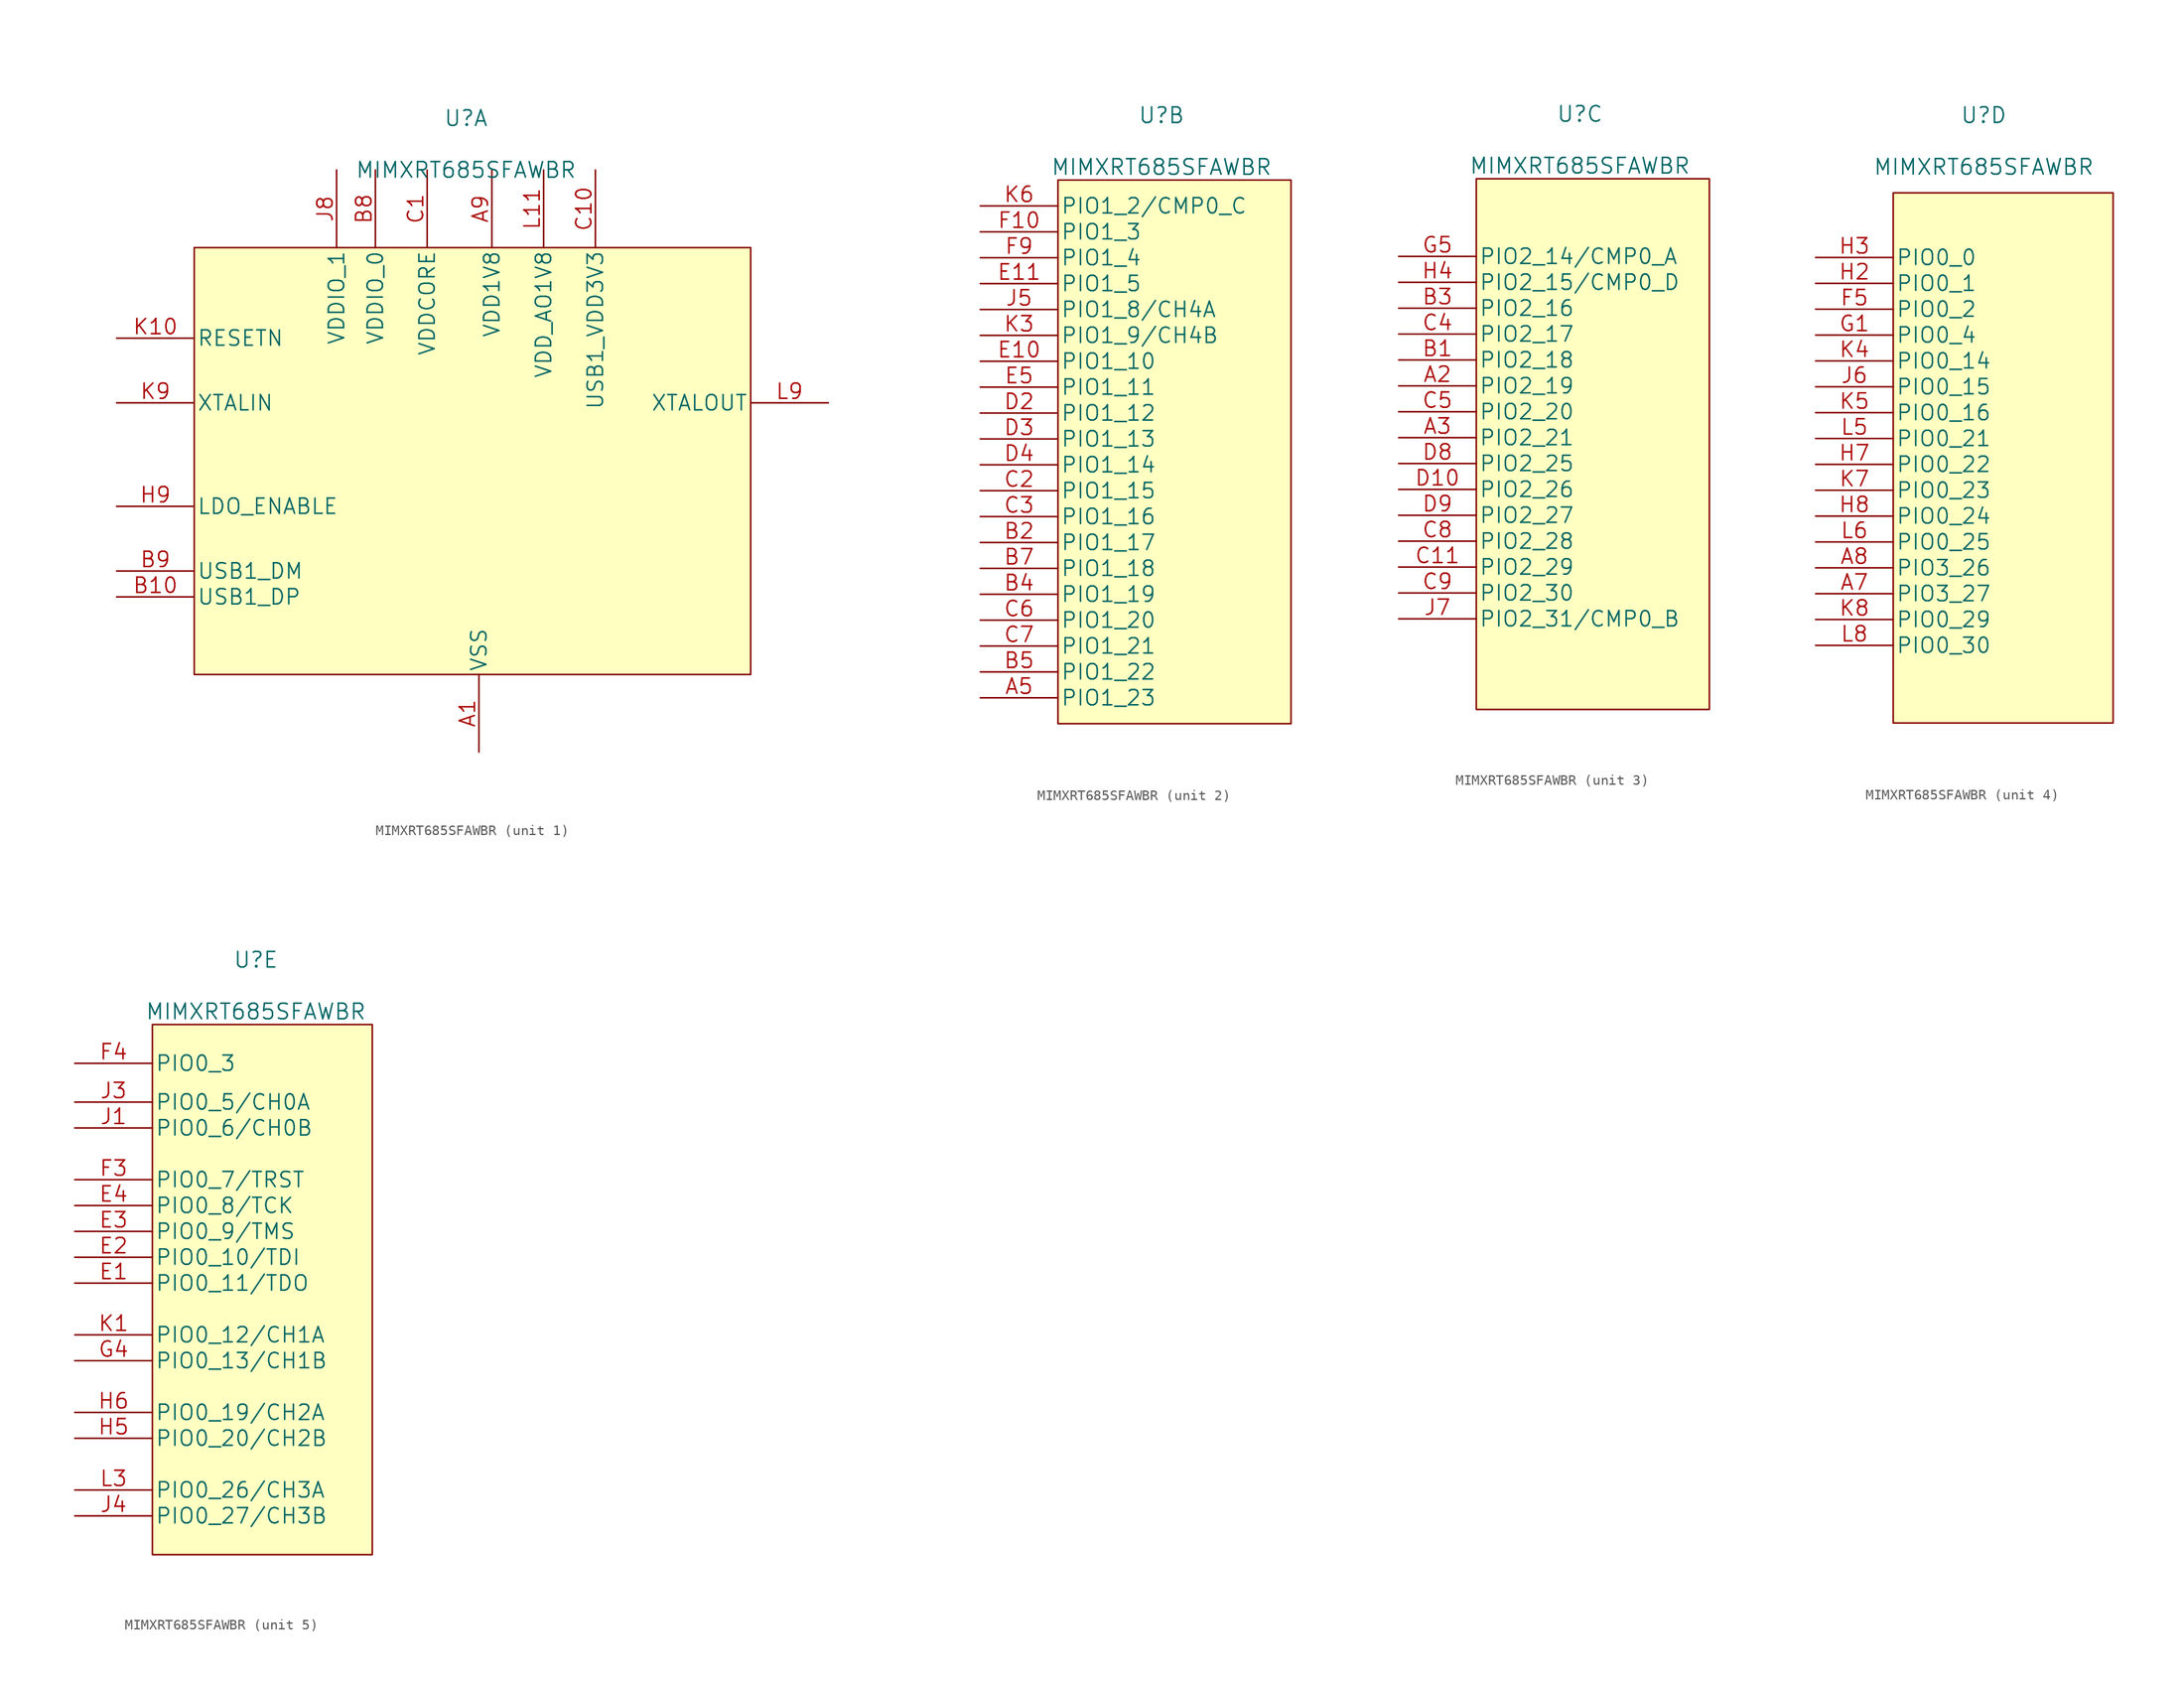
<source format=kicad_sym>
(kicad_symbol_lib
  (version 20211014)
  (generator kicad_symbol_editor)
  (symbol "MIMXRT685SFAWBR"
    (pin_names
      (offset 0.254))
    (property "Reference" "U"
      (at -1.27 31.75 0)
      (effects (font (size 1.524 1.524))))
    (property "Value" "MIMXRT685SFAWBR"
      (at -1.27 26.67 0)
      (effects (font (size 1.524 1.524))))
    (property "Datasheet" ""
      (at 5.08 -12.7 0)
      (effects (font (size 1.524 1.524))))
    (property "ki_locked" ""
      (at 0 0 0)
      (effects (font (size 1.27 1.27))))
    (symbol "MIMXRT685SFAWBR_1_1"
      (rectangle (start -27.94 19.05) (end 26.67 -22.86) (stroke (width 0) (type default) (color 0 0 0 0)) (fill (type background)))
      (pin power_in line (at 0 -30.48 90) (length 7.62) (name "VSS" (effects (font (size 1.499 1.499)))) (number "A1" (effects (font (size 1.499 1.499)))))
      (pin power_in line (at -5.08 26.67 270) (length 7.62) hide (name "VDDCORE" (effects (font (size 1.499 1.499)))) (number "A10" (effects (font (size 1.499 1.499)))))
      (pin power_in line (at 0 -30.48 90) (length 7.62) hide (name "VSS" (effects (font (size 1.499 1.499)))) (number "A11" (effects (font (size 1.499 1.499)))))
      (pin power_in line (at 0 -30.48 90) (length 7.62) hide (name "VSS" (effects (font (size 1.499 1.499)))) (number "A6" (effects (font (size 1.499 1.499)))))
      (pin power_in line (at 1.27 26.67 270) (length 7.62) (name "VDD1V8" (effects (font (size 1.499 1.499)))) (number "A9" (effects (font (size 1.499 1.499)))))
      (pin bidirectional line (at -35.56 -15.24 0) (length 7.62) (name "USB1_DP" (effects (font (size 1.499 1.499)))) (number "B10" (effects (font (size 1.499 1.499)))))
      (pin power_in line (at 0 -30.48 90) (length 7.62) hide (name "VSS" (effects (font (size 1.499 1.499)))) (number "B6" (effects (font (size 1.499 1.499)))))
      (pin power_in line (at -10.16 26.67 270) (length 7.62) (name "VDDIO_0" (effects (font (size 1.499 1.499)))) (number "B8" (effects (font (size 1.499 1.499)))))
      (pin bidirectional line (at -35.56 -12.7 0) (length 7.62) (name "USB1_DM" (effects (font (size 1.499 1.499)))) (number "B9" (effects (font (size 1.499 1.499)))))
      (pin power_in line (at -5.08 26.67 270) (length 7.62) (name "VDDCORE" (effects (font (size 1.499 1.499)))) (number "C1" (effects (font (size 1.499 1.499)))))
      (pin power_in line (at 11.43 26.67 270) (length 7.62) (name "USB1_VDD3V3" (effects (font (size 1.499 1.499)))) (number "C10" (effects (font (size 1.499 1.499)))))
      (pin power_in line (at 1.27 26.67 270) (length 7.62) hide (name "VDD1V8" (effects (font (size 1.499 1.499)))) (number "D5" (effects (font (size 1.499 1.499)))))
      (pin power_in line (at 0 -30.48 90) (length 7.62) hide (name "VSS" (effects (font (size 1.499 1.499)))) (number "D6" (effects (font (size 1.499 1.499)))))
      (pin power_in line (at -10.16 26.67 270) (length 7.62) hide (name "VDDIO_0" (effects (font (size 1.499 1.499)))) (number "D7" (effects (font (size 1.499 1.499)))))
      (pin power_in line (at 0 -30.48 90) (length 7.62) hide (name "VSS" (effects (font (size 1.499 1.499)))) (number "E6" (effects (font (size 1.499 1.499)))))
      (pin power_in line (at -10.16 26.67 270) (length 7.62) hide (name "VDDIO_0" (effects (font (size 1.499 1.499)))) (number "E7" (effects (font (size 1.499 1.499)))))
      (pin power_in line (at -5.08 26.67 270) (length 7.62) hide (name "VDDCORE" (effects (font (size 1.499 1.499)))) (number "E8" (effects (font (size 1.499 1.499)))))
      (pin power_in line (at -13.97 26.67 270) (length 7.62) hide (name "VDDIO_1" (effects (font (size 1.499 1.499)))) (number "E9" (effects (font (size 1.499 1.499)))))
      (pin power_in line (at -5.08 26.67 270) (length 7.62) hide (name "VDDCORE" (effects (font (size 1.499 1.499)))) (number "F1" (effects (font (size 1.499 1.499)))))
      (pin power_in line (at 0 -30.48 90) (length 7.62) hide (name "VSS" (effects (font (size 1.499 1.499)))) (number "F11" (effects (font (size 1.499 1.499)))))
      (pin power_in line (at -10.16 26.67 270) (length 7.62) hide (name "VDDIO_0" (effects (font (size 1.499 1.499)))) (number "F2" (effects (font (size 1.499 1.499)))))
      (pin power_in line (at -5.08 26.67 270) (length 7.62) hide (name "VDDCORE" (effects (font (size 1.499 1.499)))) (number "F6" (effects (font (size 1.499 1.499)))))
      (pin power_in line (at -5.08 26.67 270) (length 7.62) hide (name "VDDCORE" (effects (font (size 1.499 1.499)))) (number "F7" (effects (font (size 1.499 1.499)))))
      (pin power_in line (at 0 -30.48 90) (length 7.62) hide (name "VSS" (effects (font (size 1.499 1.499)))) (number "F8" (effects (font (size 1.499 1.499)))))
      (pin power_in line (at -5.08 26.67 270) (length 7.62) hide (name "VDDCORE" (effects (font (size 1.499 1.499)))) (number "G10" (effects (font (size 1.499 1.499)))))
      (pin power_in line (at -5.08 26.67 270) (length 7.62) hide (name "VDDCORE" (effects (font (size 1.499 1.499)))) (number "G11" (effects (font (size 1.499 1.499)))))
      (pin power_in line (at -5.08 26.67 270) (length 7.62) hide (name "VDDCORE" (effects (font (size 1.499 1.499)))) (number "G2" (effects (font (size 1.499 1.499)))))
      (pin power_in line (at -10.16 26.67 270) (length 7.62) hide (name "VDDIO_0" (effects (font (size 1.499 1.499)))) (number "G3" (effects (font (size 1.499 1.499)))))
      (pin power_in line (at 0 -30.48 90) (length 7.62) hide (name "VSS" (effects (font (size 1.499 1.499)))) (number "G6" (effects (font (size 1.499 1.499)))))
      (pin power_in line (at -5.08 26.67 270) (length 7.62) hide (name "VDDCORE" (effects (font (size 1.499 1.499)))) (number "G7" (effects (font (size 1.499 1.499)))))
      (pin power_in line (at 1.27 26.67 270) (length 7.62) hide (name "VDD1V8" (effects (font (size 1.499 1.499)))) (number "G8" (effects (font (size 1.499 1.499)))))
      (pin power_in line (at 1.27 26.67 270) (length 7.62) hide (name "VDD1V8_1" (effects (font (size 1.499 1.499)))) (number "G9" (effects (font (size 1.499 1.499)))))
      (pin power_in line (at 1.27 26.67 270) (length 7.62) hide (name "VDD1V8" (effects (font (size 1.499 1.499)))) (number "H10" (effects (font (size 1.499 1.499)))))
      (pin power_in line (at 1.27 26.67 270) (length 7.62) hide (name "VDD1V8" (effects (font (size 1.499 1.499)))) (number "H11" (effects (font (size 1.499 1.499)))))
      (pin unspecified line (at -35.56 -6.35 0) (length 7.62) (name "LDO_ENABLE" (effects (font (size 1.499 1.499)))) (number "H9" (effects (font (size 1.499 1.499)))))
      (pin power_in line (at 1.27 26.67 270) (length 7.62) hide (name "VDD1V8" (effects (font (size 1.499 1.499)))) (number "J10" (effects (font (size 1.499 1.499)))))
      (pin power_in line (at 0 -30.48 90) (length 7.62) hide (name "VSS" (effects (font (size 1.499 1.499)))) (number "J11" (effects (font (size 1.499 1.499)))))
      (pin power_in line (at -10.16 26.67 270) (length 7.62) hide (name "VDDIO_0" (effects (font (size 1.499 1.499)))) (number "J2" (effects (font (size 1.499 1.499)))))
      (pin power_in line (at -13.97 26.67 270) (length 7.62) (name "VDDIO_1" (effects (font (size 1.499 1.499)))) (number "J8" (effects (font (size 1.499 1.499)))))
      (pin power_in line (at 0 -30.48 90) (length 7.62) hide (name "VSS" (effects (font (size 1.499 1.499)))) (number "J9" (effects (font (size 1.499 1.499)))))
      (pin input line (at -35.56 10.16 0) (length 7.62) (name "RESETN" (effects (font (size 1.499 1.499)))) (number "K10" (effects (font (size 1.499 1.499)))))
      (pin power_in line (at 1.27 26.67 270) (length 7.62) hide (name "VDD1V8" (effects (font (size 1.499 1.499)))) (number "K2" (effects (font (size 1.499 1.499)))))
      (pin input line (at -35.56 3.81 0) (length 7.62) (name "XTALIN" (effects (font (size 1.499 1.499)))) (number "K9" (effects (font (size 1.499 1.499)))))
      (pin power_in line (at 0 -30.48 90) (length 7.62) hide (name "VSS" (effects (font (size 1.499 1.499)))) (number "L1" (effects (font (size 1.499 1.499)))))
      (pin power_in line (at 1.27 26.67 270) (length 7.62) hide (name "VDD1V8" (effects (font (size 1.499 1.499)))) (number "L10" (effects (font (size 1.499 1.499)))))
      (pin power_in line (at 6.35 26.67 270) (length 7.62) (name "VDD_AO1V8" (effects (font (size 1.499 1.499)))) (number "L11" (effects (font (size 1.499 1.499)))))
      (pin power_in line (at -13.97 26.67 270) (length 7.62) hide (name "VDDIO_1" (effects (font (size 1.499 1.499)))) (number "L2" (effects (font (size 1.499 1.499)))))
      (pin power_in line (at 0 -30.48 90) (length 7.62) hide (name "VSS" (effects (font (size 1.499 1.499)))) (number "L7" (effects (font (size 1.499 1.499)))))
      (pin output line (at 34.29 3.81 180) (length 7.62) (name "XTALOUT" (effects (font (size 1.499 1.499)))) (number "L9" (effects (font (size 1.499 1.499))))))
    (symbol "MIMXRT685SFAWBR_2_1"
      (rectangle (start -11.43 25.4) (end 11.43 -27.94) (stroke (width 0) (type default) (color 0 0 0 0)) (fill (type background)))
      (pin bidirectional line (at -19.05 -25.4 0) (length 7.62) (name "PIO1_23" (effects (font (size 1.499 1.499)))) (number "A5" (effects (font (size 1.499 1.499)))))
      (pin bidirectional line (at -19.05 -10.16 0) (length 7.62) (name "PIO1_17" (effects (font (size 1.499 1.499)))) (number "B2" (effects (font (size 1.499 1.499)))))
      (pin bidirectional line (at -19.05 -15.24 0) (length 7.62) (name "PIO1_19" (effects (font (size 1.499 1.499)))) (number "B4" (effects (font (size 1.499 1.499)))))
      (pin bidirectional line (at -19.05 -22.86 0) (length 7.62) (name "PIO1_22" (effects (font (size 1.499 1.499)))) (number "B5" (effects (font (size 1.499 1.499)))))
      (pin bidirectional line (at -19.05 -12.7 0) (length 7.62) (name "PIO1_18" (effects (font (size 1.499 1.499)))) (number "B7" (effects (font (size 1.499 1.499)))))
      (pin bidirectional line (at -19.05 -5.08 0) (length 7.62) (name "PIO1_15" (effects (font (size 1.499 1.499)))) (number "C2" (effects (font (size 1.499 1.499)))))
      (pin bidirectional line (at -19.05 -7.62 0) (length 7.62) (name "PIO1_16" (effects (font (size 1.499 1.499)))) (number "C3" (effects (font (size 1.499 1.499)))))
      (pin bidirectional line (at -19.05 -17.78 0) (length 7.62) (name "PIO1_20" (effects (font (size 1.499 1.499)))) (number "C6" (effects (font (size 1.499 1.499)))))
      (pin bidirectional line (at -19.05 -20.32 0) (length 7.62) (name "PIO1_21" (effects (font (size 1.499 1.499)))) (number "C7" (effects (font (size 1.499 1.499)))))
      (pin bidirectional line (at -19.05 2.54 0) (length 7.62) (name "PIO1_12" (effects (font (size 1.499 1.499)))) (number "D2" (effects (font (size 1.499 1.499)))))
      (pin bidirectional line (at -19.05 0 0) (length 7.62) (name "PIO1_13" (effects (font (size 1.499 1.499)))) (number "D3" (effects (font (size 1.499 1.499)))))
      (pin bidirectional line (at -19.05 -2.54 0) (length 7.62) (name "PIO1_14" (effects (font (size 1.499 1.499)))) (number "D4" (effects (font (size 1.499 1.499)))))
      (pin bidirectional line (at -19.05 7.62 0) (length 7.62) (name "PIO1_10" (effects (font (size 1.499 1.499)))) (number "E10" (effects (font (size 1.499 1.499)))))
      (pin bidirectional line (at -19.05 15.24 0) (length 7.62) (name "PIO1_5" (effects (font (size 1.499 1.499)))) (number "E11" (effects (font (size 1.499 1.499)))))
      (pin bidirectional line (at -19.05 5.08 0) (length 7.62) (name "PIO1_11" (effects (font (size 1.499 1.499)))) (number "E5" (effects (font (size 1.499 1.499)))))
      (pin bidirectional line (at -19.05 20.32 0) (length 7.62) (name "PIO1_3" (effects (font (size 1.499 1.499)))) (number "F10" (effects (font (size 1.499 1.499)))))
      (pin bidirectional line (at -19.05 17.78 0) (length 7.62) (name "PIO1_4" (effects (font (size 1.499 1.499)))) (number "F9" (effects (font (size 1.499 1.499)))))
      (pin bidirectional line (at -19.05 12.7 0) (length 7.62) (name "PIO1_8/CH4A" (effects (font (size 1.499 1.499)))) (number "J5" (effects (font (size 1.499 1.499)))))
      (pin bidirectional line (at -19.05 10.16 0) (length 7.62) (name "PIO1_9/CH4B" (effects (font (size 1.499 1.499)))) (number "K3" (effects (font (size 1.499 1.499)))))
      (pin bidirectional line (at -19.05 22.86 0) (length 7.62) (name "PIO1_2/CMP0_C" (effects (font (size 1.499 1.499)))) (number "K6" (effects (font (size 1.499 1.499))))))
    (symbol "MIMXRT685SFAWBR_3_1"
      (rectangle (start -11.43 25.4) (end 11.43 -26.67) (stroke (width 0) (type default) (color 0 0 0 0)) (fill (type background)))
      (pin bidirectional line (at -19.05 5.08 0) (length 7.62) (name "PIO2_19" (effects (font (size 1.499 1.499)))) (number "A2" (effects (font (size 1.499 1.499)))))
      (pin bidirectional line (at -19.05 0 0) (length 7.62) (name "PIO2_21" (effects (font (size 1.499 1.499)))) (number "A3" (effects (font (size 1.499 1.499)))))
      (pin bidirectional line (at -19.05 7.62 0) (length 7.62) (name "PIO2_18" (effects (font (size 1.499 1.499)))) (number "B1" (effects (font (size 1.499 1.499)))))
      (pin bidirectional line (at -19.05 12.7 0) (length 7.62) (name "PIO2_16" (effects (font (size 1.499 1.499)))) (number "B3" (effects (font (size 1.499 1.499)))))
      (pin bidirectional line (at -19.05 -12.7 0) (length 7.62) (name "PIO2_29" (effects (font (size 1.499 1.499)))) (number "C11" (effects (font (size 1.499 1.499)))))
      (pin bidirectional line (at -19.05 10.16 0) (length 7.62) (name "PIO2_17" (effects (font (size 1.499 1.499)))) (number "C4" (effects (font (size 1.499 1.499)))))
      (pin bidirectional line (at -19.05 2.54 0) (length 7.62) (name "PIO2_20" (effects (font (size 1.499 1.499)))) (number "C5" (effects (font (size 1.499 1.499)))))
      (pin bidirectional line (at -19.05 -10.16 0) (length 7.62) (name "PIO2_28" (effects (font (size 1.499 1.499)))) (number "C8" (effects (font (size 1.499 1.499)))))
      (pin bidirectional line (at -19.05 -15.24 0) (length 7.62) (name "PIO2_30" (effects (font (size 1.499 1.499)))) (number "C9" (effects (font (size 1.499 1.499)))))
      (pin bidirectional line (at -19.05 -5.08 0) (length 7.62) (name "PIO2_26" (effects (font (size 1.499 1.499)))) (number "D10" (effects (font (size 1.499 1.499)))))
      (pin bidirectional line (at -19.05 -2.54 0) (length 7.62) (name "PIO2_25" (effects (font (size 1.499 1.499)))) (number "D8" (effects (font (size 1.499 1.499)))))
      (pin bidirectional line (at -19.05 -7.62 0) (length 7.62) (name "PIO2_27" (effects (font (size 1.499 1.499)))) (number "D9" (effects (font (size 1.499 1.499)))))
      (pin bidirectional line (at -19.05 17.78 0) (length 7.62) (name "PIO2_14/CMP0_A" (effects (font (size 1.499 1.499)))) (number "G5" (effects (font (size 1.499 1.499)))))
      (pin bidirectional line (at -19.05 15.24 0) (length 7.62) (name "PIO2_15/CMP0_D" (effects (font (size 1.499 1.499)))) (number "H4" (effects (font (size 1.499 1.499)))))
      (pin bidirectional line (at -19.05 -17.78 0) (length 7.62) (name "PIO2_31/CMP0_B" (effects (font (size 1.499 1.499)))) (number "J7" (effects (font (size 1.499 1.499))))))
    (symbol "MIMXRT685SFAWBR_4_1"
      (rectangle (start -10.16 24.13) (end 11.43 -27.94) (stroke (width 0) (type default) (color 0 0 0 0)) (fill (type background)))
      (pin bidirectional line (at -17.78 -15.24 0) (length 7.62) (name "PIO3_27" (effects (font (size 1.499 1.499)))) (number "A7" (effects (font (size 1.499 1.499)))))
      (pin bidirectional line (at -17.78 -12.7 0) (length 7.62) (name "PIO3_26" (effects (font (size 1.499 1.499)))) (number "A8" (effects (font (size 1.499 1.499)))))
      (pin bidirectional line (at -17.78 12.7 0) (length 7.62) (name "PIO0_2" (effects (font (size 1.499 1.499)))) (number "F5" (effects (font (size 1.499 1.499)))))
      (pin bidirectional line (at -17.78 10.16 0) (length 7.62) (name "PIO0_4" (effects (font (size 1.499 1.499)))) (number "G1" (effects (font (size 1.499 1.499)))))
      (pin bidirectional line (at -17.78 15.24 0) (length 7.62) (name "PIO0_1" (effects (font (size 1.499 1.499)))) (number "H2" (effects (font (size 1.499 1.499)))))
      (pin bidirectional line (at -17.78 17.78 0) (length 7.62) (name "PIO0_0" (effects (font (size 1.499 1.499)))) (number "H3" (effects (font (size 1.499 1.499)))))
      (pin bidirectional line (at -17.78 -2.54 0) (length 7.62) (name "PIO0_22" (effects (font (size 1.499 1.499)))) (number "H7" (effects (font (size 1.499 1.499)))))
      (pin bidirectional line (at -17.78 -7.62 0) (length 7.62) (name "PIO0_24" (effects (font (size 1.499 1.499)))) (number "H8" (effects (font (size 1.499 1.499)))))
      (pin bidirectional line (at -17.78 5.08 0) (length 7.62) (name "PIO0_15" (effects (font (size 1.499 1.499)))) (number "J6" (effects (font (size 1.499 1.499)))))
      (pin bidirectional line (at -17.78 7.62 0) (length 7.62) (name "PIO0_14" (effects (font (size 1.499 1.499)))) (number "K4" (effects (font (size 1.499 1.499)))))
      (pin bidirectional line (at -17.78 2.54 0) (length 7.62) (name "PIO0_16" (effects (font (size 1.499 1.499)))) (number "K5" (effects (font (size 1.499 1.499)))))
      (pin bidirectional line (at -17.78 -5.08 0) (length 7.62) (name "PIO0_23" (effects (font (size 1.499 1.499)))) (number "K7" (effects (font (size 1.499 1.499)))))
      (pin bidirectional line (at -17.78 -17.78 0) (length 7.62) (name "PIO0_29" (effects (font (size 1.499 1.499)))) (number "K8" (effects (font (size 1.499 1.499)))))
      (pin bidirectional line (at -17.78 0 0) (length 7.62) (name "PIO0_21" (effects (font (size 1.499 1.499)))) (number "L5" (effects (font (size 1.499 1.499)))))
      (pin bidirectional line (at -17.78 -10.16 0) (length 7.62) (name "PIO0_25" (effects (font (size 1.499 1.499)))) (number "L6" (effects (font (size 1.499 1.499)))))
      (pin bidirectional line (at -17.78 -20.32 0) (length 7.62) (name "PIO0_30" (effects (font (size 1.499 1.499)))) (number "L8" (effects (font (size 1.499 1.499))))))
    (symbol "MIMXRT685SFAWBR_5_1"
      (rectangle (start -11.43 25.4) (end 10.16 -26.67) (stroke (width 0) (type default) (color 0 0 0 0)) (fill (type background)))
      (pin bidirectional line (at -19.05 0 0) (length 7.62) (name "PIO0_11/TDO" (effects (font (size 1.499 1.499)))) (number "E1" (effects (font (size 1.499 1.499)))))
      (pin bidirectional line (at -19.05 2.54 0) (length 7.62) (name "PIO0_10/TDI" (effects (font (size 1.499 1.499)))) (number "E2" (effects (font (size 1.499 1.499)))))
      (pin bidirectional line (at -19.05 5.08 0) (length 7.62) (name "PIO0_9/TMS" (effects (font (size 1.499 1.499)))) (number "E3" (effects (font (size 1.499 1.499)))))
      (pin bidirectional line (at -19.05 7.62 0) (length 7.62) (name "PIO0_8/TCK" (effects (font (size 1.499 1.499)))) (number "E4" (effects (font (size 1.499 1.499)))))
      (pin bidirectional line (at -19.05 10.16 0) (length 7.62) (name "PIO0_7/TRST" (effects (font (size 1.499 1.499)))) (number "F3" (effects (font (size 1.499 1.499)))))
      (pin bidirectional line (at -19.05 21.59 0) (length 7.62) (name "PIO0_3" (effects (font (size 1.499 1.499)))) (number "F4" (effects (font (size 1.499 1.499)))))
      (pin bidirectional line (at -19.05 -7.62 0) (length 7.62) (name "PIO0_13/CH1B" (effects (font (size 1.499 1.499)))) (number "G4" (effects (font (size 1.499 1.499)))))
      (pin bidirectional line (at -19.05 -15.24 0) (length 7.62) (name "PIO0_20/CH2B" (effects (font (size 1.499 1.499)))) (number "H5" (effects (font (size 1.499 1.499)))))
      (pin bidirectional line (at -19.05 -12.7 0) (length 7.62) (name "PIO0_19/CH2A" (effects (font (size 1.499 1.499)))) (number "H6" (effects (font (size 1.499 1.499)))))
      (pin bidirectional line (at -19.05 15.24 0) (length 7.62) (name "PIO0_6/CH0B" (effects (font (size 1.499 1.499)))) (number "J1" (effects (font (size 1.499 1.499)))))
      (pin bidirectional line (at -19.05 17.78 0) (length 7.62) (name "PIO0_5/CH0A" (effects (font (size 1.499 1.499)))) (number "J3" (effects (font (size 1.499 1.499)))))
      (pin bidirectional line (at -19.05 -22.86 0) (length 7.62) (name "PIO0_27/CH3B" (effects (font (size 1.499 1.499)))) (number "J4" (effects (font (size 1.499 1.499)))))
      (pin bidirectional line (at -19.05 -5.08 0) (length 7.62) (name "PIO0_12/CH1A" (effects (font (size 1.499 1.499)))) (number "K1" (effects (font (size 1.499 1.499)))))
      (pin bidirectional line (at -19.05 -20.32 0) (length 7.62) (name "PIO0_26/CH3A" (effects (font (size 1.499 1.499)))) (number "L3" (effects (font (size 1.499 1.499))))))))
</source>
